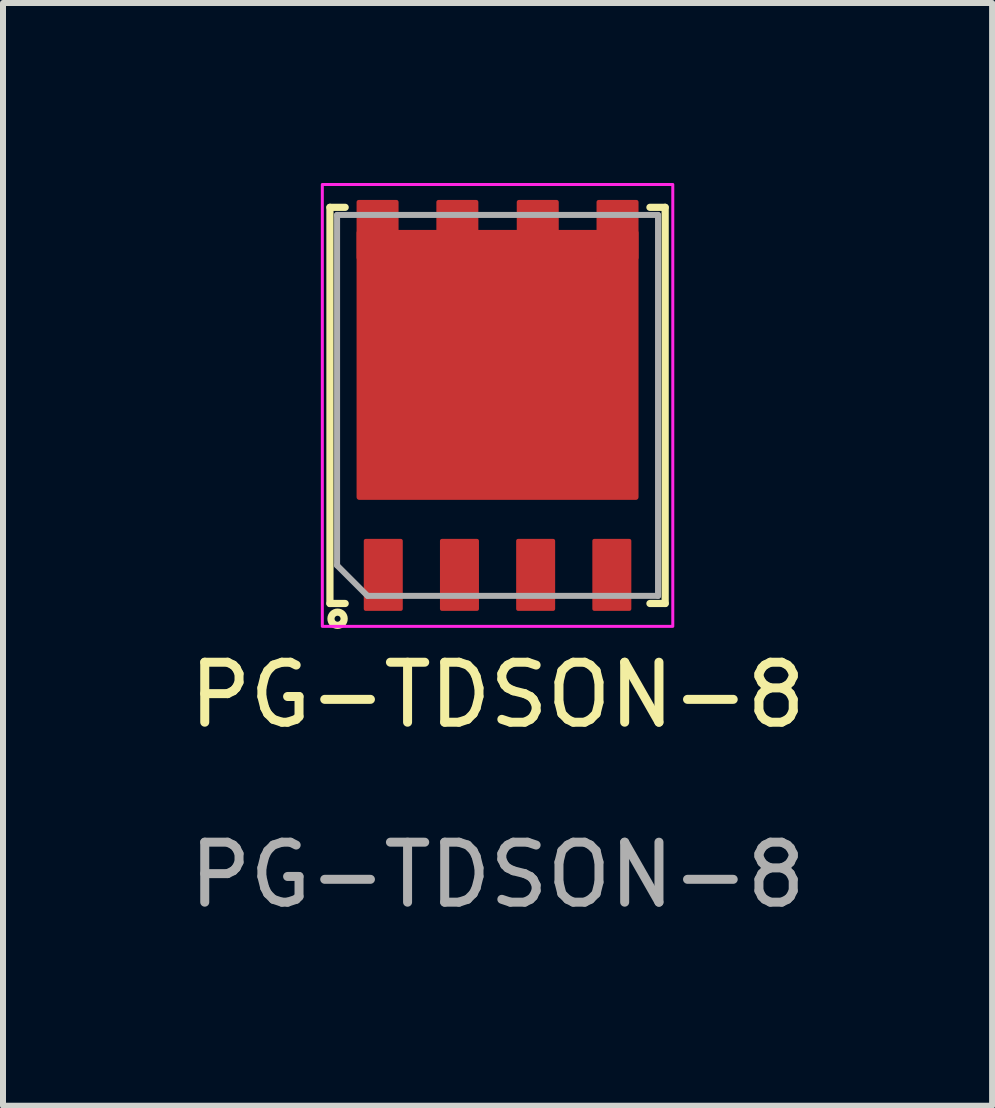
<source format=kicad_pcb>
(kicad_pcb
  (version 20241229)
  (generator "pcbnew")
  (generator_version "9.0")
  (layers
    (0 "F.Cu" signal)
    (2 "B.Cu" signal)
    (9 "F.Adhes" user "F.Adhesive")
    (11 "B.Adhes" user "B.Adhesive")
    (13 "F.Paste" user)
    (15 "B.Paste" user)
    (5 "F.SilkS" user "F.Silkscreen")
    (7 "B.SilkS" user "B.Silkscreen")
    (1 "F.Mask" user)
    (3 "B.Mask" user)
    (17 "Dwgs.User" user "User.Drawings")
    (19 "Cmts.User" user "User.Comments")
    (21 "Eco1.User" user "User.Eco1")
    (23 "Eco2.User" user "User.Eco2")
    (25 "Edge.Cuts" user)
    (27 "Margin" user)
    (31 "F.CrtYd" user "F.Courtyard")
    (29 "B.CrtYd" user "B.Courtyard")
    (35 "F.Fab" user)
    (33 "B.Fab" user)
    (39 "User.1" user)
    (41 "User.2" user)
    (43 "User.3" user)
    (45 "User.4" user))
  (footprint "PG-TDSON-8"
    (layer "F.Cu")
    (at 5.244 3.708)
    (property "Reference" "PG-TDSON-8" (at 0 4.826 0) (layer "F.SilkS") (effects (font (size 1 1) (thickness 0.15))))
    (fp_line (start -2.794 -3.302) (end -2.54 -3.302) (stroke (width 0.12) (type solid)) (layer "F.SilkS"))
    (fp_line (start -2.794 3.302) (end -2.794 -3.302) (stroke (width 0.12) (type solid)) (layer "F.SilkS"))
    (fp_line (start -2.794 3.302) (end -2.54 3.302) (stroke (width 0.12) (type solid)) (layer "F.SilkS"))
    (fp_line (start 2.54 -3.302) (end 2.794 -3.302) (stroke (width 0.12) (type solid)) (layer "F.SilkS"))
    (fp_line (start 2.54 3.302) (end 2.794 3.302) (stroke (width 0.12) (type solid)) (layer "F.SilkS"))
    (fp_line (start 2.794 -3.302) (end 2.794 3.302) (stroke (width 0.12) (type solid)) (layer "F.SilkS"))
    (fp_circle (center -2.667 3.556) (end -2.617 3.556) (stroke (width 0.12) (type solid)) (fill no) (layer "F.SilkS"))
    (fp_rect (start -2.25 -3.375) (end -1.75 -2.975) (stroke (width 0.1) (type solid)) (fill yes) (layer "F.Paste"))
    (fp_rect (start -2.155 2.375) (end -1.655 3.275) (stroke (width 0.1) (type solid)) (fill yes) (layer "F.Paste"))
    (fp_rect (start -2.092 -2.575) (end -0.292 -0.875) (stroke (width 0.1) (type solid)) (fill yes) (layer "F.Paste"))
    (fp_rect (start -2.092 -0.475) (end -0.292 1.225) (stroke (width 0.1) (type solid)) (fill yes) (layer "F.Paste"))
    (fp_rect (start -0.925 -3.371) (end -0.425 -2.971) (stroke (width 0.1) (type solid)) (fill yes) (layer "F.Paste"))
    (fp_rect (start -0.885 2.375) (end -0.385 3.275) (stroke (width 0.1) (type solid)) (fill yes) (layer "F.Paste"))
    (fp_rect (start 0.292 -2.54) (end 2.092 -0.84) (stroke (width 0.1) (type solid)) (fill yes) (layer "F.Paste"))
    (fp_rect (start 0.292 -0.475) (end 2.092 1.225) (stroke (width 0.1) (type solid)) (fill yes) (layer "F.Paste"))
    (fp_rect (start 0.425 -3.371) (end 0.925 -2.971) (stroke (width 0.1) (type solid)) (fill yes) (layer "F.Paste"))
    (fp_rect (start 0.885 2.375) (end 0.385 3.275) (stroke (width 0.1) (type solid)) (fill yes) (layer "F.Paste"))
    (fp_rect (start 1.655 2.375) (end 2.155 3.275) (stroke (width 0.1) (type solid)) (fill yes) (layer "F.Paste"))
    (fp_rect (start 1.75 -3.375) (end 2.25 -2.975) (stroke (width 0.1) (type solid)) (fill yes) (layer "F.Paste"))
    (fp_rect (start -2.921 -3.683) (end 2.921 3.683) (stroke (width 0.05) (type solid)) (fill no) (layer "F.CrtYd"))
    (fp_line (start -2.675 -3.175) (end 2.675 -3.175) (stroke (width 0.1) (type solid)) (layer "F.Fab"))
    (fp_line (start -2.675 2.667) (end -2.675 -3.175) (stroke (width 0.1) (type solid)) (layer "F.Fab"))
    (fp_line (start -2.167 3.175) (end -2.675 2.667) (stroke (width 0.1) (type solid)) (layer "F.Fab"))
    (fp_line (start 2.675 -3.175) (end 2.675 3.175) (stroke (width 0.1) (type solid)) (layer "F.Fab"))
    (fp_line (start 2.675 3.175) (end -2.167 3.175) (stroke (width 0.1) (type solid)) (layer "F.Fab"))
    (fp_text user "${REFERENCE}" (at 0 7.826 0) (unlocked yes) (layer "F.Fab") (effects (font (size 1 1) (thickness 0.15))))
    (pad "1" smd roundrect (at 1.905 2.825) (size 0.65 1.2) (layers "F.Cu" "F.Mask") (roundrect_rratio 0.05))
    (pad "2" smd roundrect (at -1.905 2.825) (size 0.65 1.2) (layers "F.Cu" "F.Mask") (roundrect_rratio 0.05))
    (pad "2" smd roundrect (at -0.635 2.825) (size 0.65 1.2) (layers "F.Cu" "F.Mask") (roundrect_rratio 0.05))
    (pad "2" smd roundrect (at 0.635 2.825) (size 0.65 1.2) (layers "F.Cu" "F.Mask") (roundrect_rratio 0.05))
    (pad "3" smd roundrect (at -2 -2.925) (size 0.7 1) (layers "F.Cu" "F.Mask") (roundrect_rratio 0.05))
    (pad "3" smd roundrect (at -0.67 -2.925) (size 0.7 1) (layers "F.Cu" "F.Mask") (roundrect_rratio 0.05))
    (pad "3" smd roundrect (at 0 -0.675) (size 4.7 4.5) (layers "F.Cu" "F.Mask") (roundrect_rratio 0.01))
    (pad "3" smd roundrect (at 0.67 -2.925) (size 0.7 1) (layers "F.Cu" "F.Mask") (roundrect_rratio 0.05))
    (pad "3" smd roundrect (at 2 -2.925) (size 0.7 1) (layers "F.Cu" "F.Mask") (roundrect_rratio 0.05)))
  (gr_rect
    (start -3 -3)
    (end 13.488 15.382)
    (stroke (width 0.1) (type default))
    (fill no)
    (layer "Edge.Cuts")))
</source>
